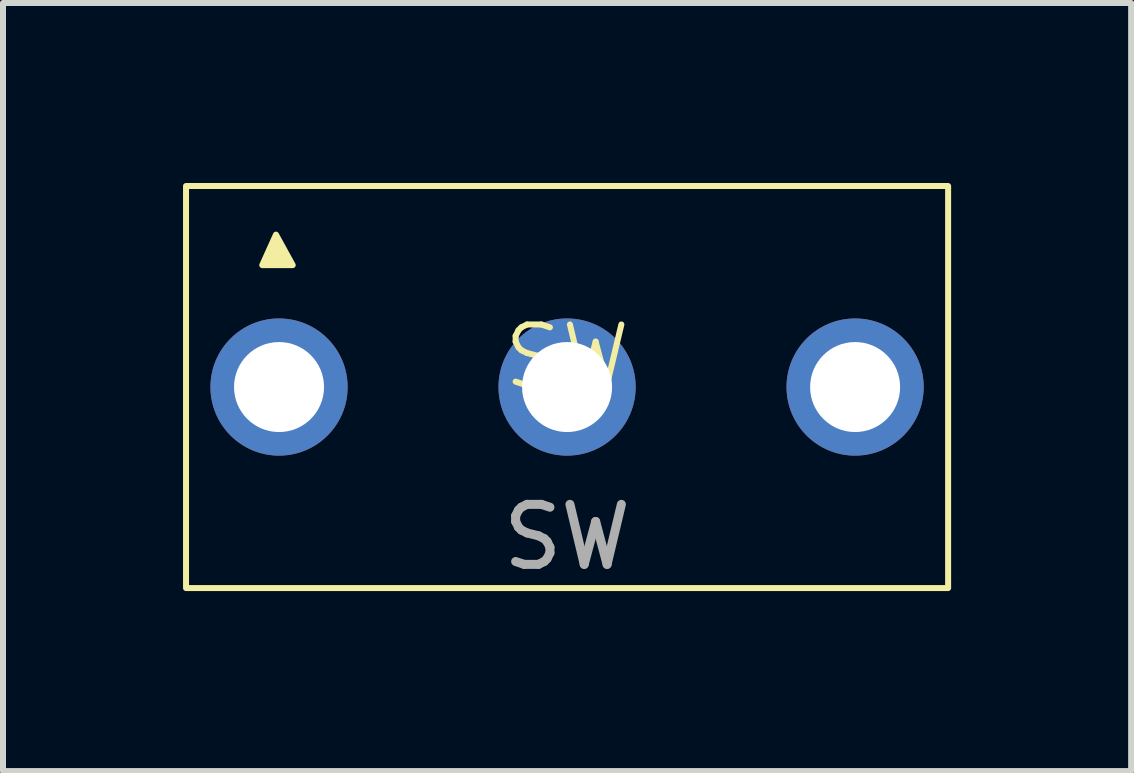
<source format=kicad_pcb>
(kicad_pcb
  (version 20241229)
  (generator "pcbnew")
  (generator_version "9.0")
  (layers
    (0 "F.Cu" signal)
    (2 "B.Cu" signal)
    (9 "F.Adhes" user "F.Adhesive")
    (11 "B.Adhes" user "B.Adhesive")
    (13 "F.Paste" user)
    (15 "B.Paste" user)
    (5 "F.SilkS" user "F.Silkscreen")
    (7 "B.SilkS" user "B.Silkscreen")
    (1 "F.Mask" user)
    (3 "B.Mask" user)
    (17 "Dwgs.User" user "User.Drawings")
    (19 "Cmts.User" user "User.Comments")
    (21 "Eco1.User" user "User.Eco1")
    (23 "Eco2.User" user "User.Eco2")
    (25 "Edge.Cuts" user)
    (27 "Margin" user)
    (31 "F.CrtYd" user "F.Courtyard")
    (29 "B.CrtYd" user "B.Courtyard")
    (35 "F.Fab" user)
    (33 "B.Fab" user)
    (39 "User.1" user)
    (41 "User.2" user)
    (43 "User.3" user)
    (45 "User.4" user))
  (footprint "SW"
    (layer "F.Cu")
    (at 6.4 3.4)
    (property "Reference" "SW" (at 0 -0.5 0) (unlocked yes) (layer "F.SilkS") (effects (font (size 1 1) (thickness 0.1))))
    (attr smd)
    (fp_rect (start -6.35 -3.35) (end 6.35 3.35) (stroke (width 0.1) (type default)) (fill no) (layer "F.SilkS"))
    (fp_poly (pts (xy -4.851 -2.54) (xy -5.08 -2.032) (xy -4.572 -2.032)) (stroke (width 0.1) (type solid)) (fill yes) (layer "F.SilkS"))
    (fp_text user "${REFERENCE}" (at 0 2.5 0) (unlocked yes) (layer "F.Fab") (effects (font (size 1 1) (thickness 0.15))))
    (pad "1" thru_hole circle (at -4.8 0) (size 2.286 2.286) (drill 1.5) (layers "*.Cu" "*.Mask"))
    (pad "2" thru_hole circle (at 0 0) (size 2.286 2.286) (drill 1.5) (layers "*.Cu" "*.Mask"))
    (pad "3" thru_hole circle (at 4.8 0) (size 2.286 2.286) (drill 1.5) (layers "*.Cu" "*.Mask")))
  (gr_rect
    (start -3 -3)
    (end 15.8 9.8)
    (stroke (width 0.1) (type default))
    (fill no)
    (layer "Edge.Cuts")))
</source>
